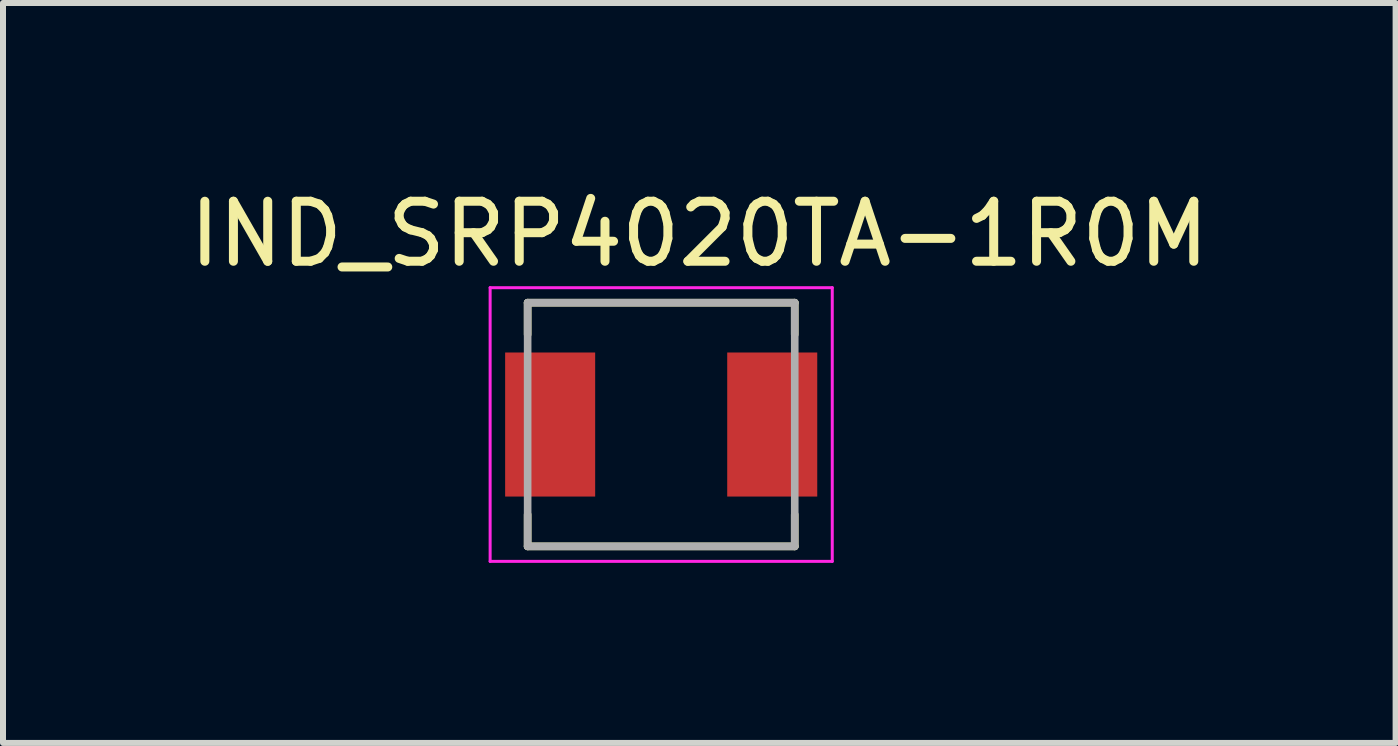
<source format=kicad_pcb>
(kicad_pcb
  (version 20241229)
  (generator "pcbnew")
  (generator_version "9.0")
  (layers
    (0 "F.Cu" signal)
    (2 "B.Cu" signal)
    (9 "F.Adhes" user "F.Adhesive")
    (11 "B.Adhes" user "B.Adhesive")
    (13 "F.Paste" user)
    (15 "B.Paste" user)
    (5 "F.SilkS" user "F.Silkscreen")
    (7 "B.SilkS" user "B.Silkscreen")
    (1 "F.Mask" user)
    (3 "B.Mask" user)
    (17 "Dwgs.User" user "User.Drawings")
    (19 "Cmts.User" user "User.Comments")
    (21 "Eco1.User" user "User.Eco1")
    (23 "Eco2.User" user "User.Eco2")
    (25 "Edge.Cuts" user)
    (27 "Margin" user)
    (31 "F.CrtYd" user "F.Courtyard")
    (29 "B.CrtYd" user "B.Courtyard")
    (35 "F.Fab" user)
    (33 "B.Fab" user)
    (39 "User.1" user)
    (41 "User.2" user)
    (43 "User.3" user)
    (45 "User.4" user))
  (footprint "IND_SRP4020TA-1R0M"
    (layer "F.Cu")
    (at 7.966 4.023)
    (property "Reference" "IND_SRP4020TA-1R0M" (at 0.635 -3.175 0) (layer "F.SilkS") (effects (font (size 1 1) (thickness 0.15))))
    (attr smd)
    (fp_line (start -2.225 -2.03) (end 2.225 -2.03) (stroke (width 0.127) (type solid)) (layer "F.SilkS"))
    (fp_line (start -2.225 -1.5) (end -2.225 -2.03) (stroke (width 0.127) (type solid)) (layer "F.SilkS"))
    (fp_line (start -2.225 2.03) (end -2.225 1.5) (stroke (width 0.127) (type solid)) (layer "F.SilkS"))
    (fp_line (start -2.225 2.03) (end 2.225 2.03) (stroke (width 0.127) (type solid)) (layer "F.SilkS"))
    (fp_line (start 2.225 -2.03) (end 2.225 -1.5) (stroke (width 0.127) (type solid)) (layer "F.SilkS"))
    (fp_line (start 2.225 2.03) (end 2.225 1.5) (stroke (width 0.127) (type solid)) (layer "F.SilkS"))
    (fp_line (start -2.85 -2.28) (end 2.85 -2.28) (stroke (width 0.05) (type solid)) (layer "F.CrtYd"))
    (fp_line (start -2.85 2.28) (end -2.85 -2.28) (stroke (width 0.05) (type solid)) (layer "F.CrtYd"))
    (fp_line (start 2.85 -2.28) (end 2.85 2.28) (stroke (width 0.05) (type solid)) (layer "F.CrtYd"))
    (fp_line (start 2.85 2.28) (end -2.85 2.28) (stroke (width 0.05) (type solid)) (layer "F.CrtYd"))
    (fp_line (start -2.225 -2.03) (end 2.225 -2.03) (stroke (width 0.127) (type solid)) (layer "F.Fab"))
    (fp_line (start -2.225 2.03) (end -2.225 -2.03) (stroke (width 0.127) (type solid)) (layer "F.Fab"))
    (fp_line (start 2.225 -2.03) (end 2.225 2.03) (stroke (width 0.127) (type solid)) (layer "F.Fab"))
    (fp_line (start 2.225 2.03) (end -2.225 2.03) (stroke (width 0.127) (type solid)) (layer "F.Fab"))
    (pad "1" smd rect (at -1.85 0) (size 1.5 2.4) (layers "F.Cu" "F.Mask" "F.Paste"))
    (pad "2" smd rect (at 1.85 0) (size 1.5 2.4) (layers "F.Cu" "F.Mask" "F.Paste")))
  (gr_rect
    (start -3 -3)
    (end 20.202 9.328)
    (stroke (width 0.1) (type default))
    (fill no)
    (layer "Edge.Cuts")))
</source>
